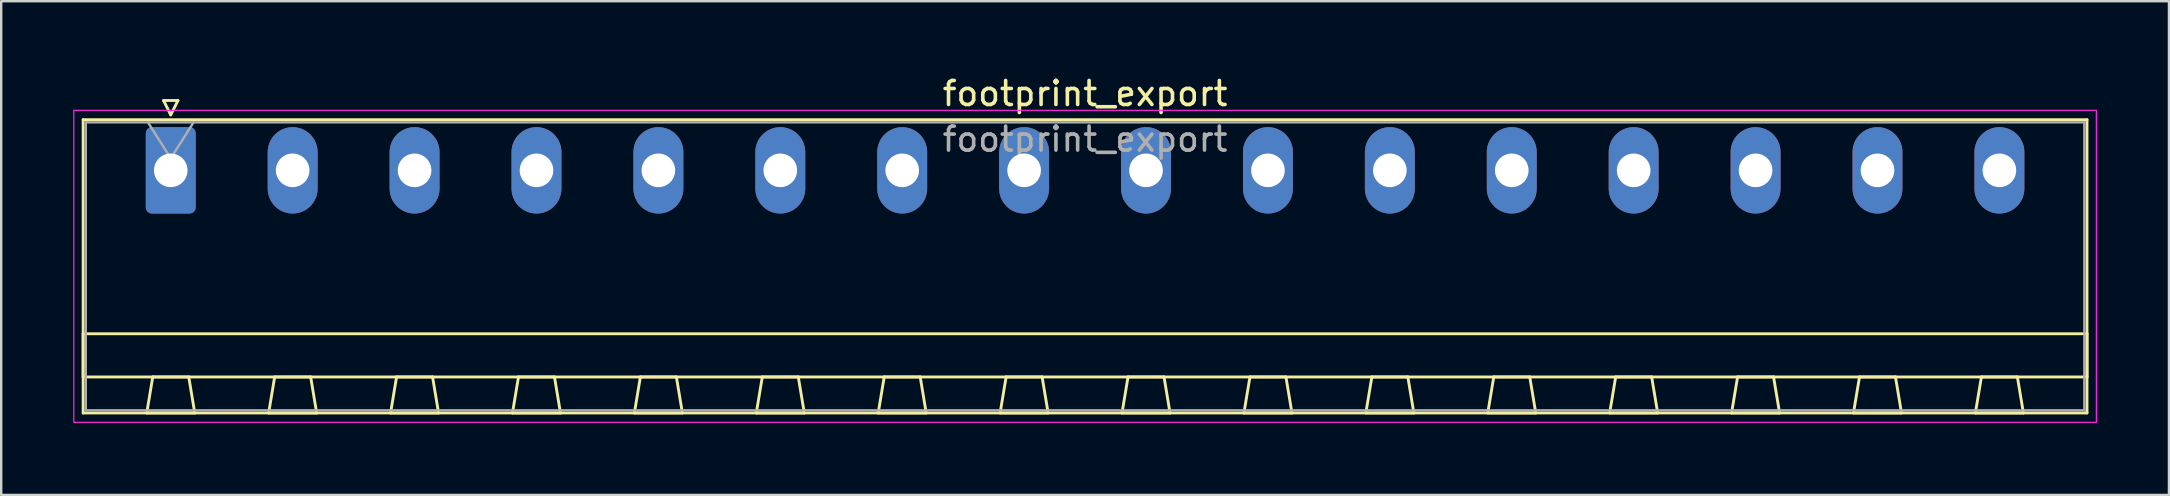
<source format=kicad_pcb>
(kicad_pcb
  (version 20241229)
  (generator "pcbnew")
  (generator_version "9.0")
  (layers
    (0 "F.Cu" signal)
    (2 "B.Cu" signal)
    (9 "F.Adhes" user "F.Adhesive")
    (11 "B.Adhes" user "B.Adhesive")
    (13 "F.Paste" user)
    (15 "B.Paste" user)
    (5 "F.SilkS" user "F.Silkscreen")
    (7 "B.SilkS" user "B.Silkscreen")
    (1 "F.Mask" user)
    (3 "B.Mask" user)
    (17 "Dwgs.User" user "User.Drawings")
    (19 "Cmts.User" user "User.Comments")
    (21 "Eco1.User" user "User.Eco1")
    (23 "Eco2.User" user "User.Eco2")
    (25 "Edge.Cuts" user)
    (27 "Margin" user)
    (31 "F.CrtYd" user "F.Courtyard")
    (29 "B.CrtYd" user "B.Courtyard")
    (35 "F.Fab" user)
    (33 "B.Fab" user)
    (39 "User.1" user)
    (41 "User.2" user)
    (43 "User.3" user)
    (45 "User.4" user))
  (footprint "footprint_export"
    (layer "F.Cu")
    (at 4.065 4.048)
    (property "Reference" "footprint_export" (at 38.1 -3.2 0) (layer "F.SilkS") (effects (font (size 1 1) (thickness 0.15))))
    (attr through_hole)
    (fp_line (start -3.65 -2.11) (end -3.65 10.11) (stroke (width 0.12) (type solid)) (layer "F.SilkS"))
    (fp_line (start -3.65 6.81) (end 79.85 6.81) (stroke (width 0.12) (type solid)) (layer "F.SilkS"))
    (fp_line (start -3.65 8.61) (end -3.65 6.81) (stroke (width 0.12) (type solid)) (layer "F.SilkS"))
    (fp_line (start -3.65 10.11) (end 79.85 10.11) (stroke (width 0.12) (type solid)) (layer "F.SilkS"))
    (fp_line (start -1 10.11) (end 1 10.11) (stroke (width 0.12) (type solid)) (layer "F.SilkS"))
    (fp_line (start -0.75 8.61) (end -1 10.11) (stroke (width 0.12) (type solid)) (layer "F.SilkS"))
    (fp_line (start -0.3 -2.91) (end 0.3 -2.91) (stroke (width 0.12) (type solid)) (layer "F.SilkS"))
    (fp_line (start 0 -2.31) (end -0.3 -2.91) (stroke (width 0.12) (type solid)) (layer "F.SilkS"))
    (fp_line (start 0.3 -2.91) (end 0 -2.31) (stroke (width 0.12) (type solid)) (layer "F.SilkS"))
    (fp_line (start 0.75 8.61) (end -0.75 8.61) (stroke (width 0.12) (type solid)) (layer "F.SilkS"))
    (fp_line (start 1 10.11) (end 0.75 8.61) (stroke (width 0.12) (type solid)) (layer "F.SilkS"))
    (fp_line (start 4.08 10.11) (end 6.08 10.11) (stroke (width 0.12) (type solid)) (layer "F.SilkS"))
    (fp_line (start 4.33 8.61) (end 4.08 10.11) (stroke (width 0.12) (type solid)) (layer "F.SilkS"))
    (fp_line (start 5.83 8.61) (end 4.33 8.61) (stroke (width 0.12) (type solid)) (layer "F.SilkS"))
    (fp_line (start 6.08 10.11) (end 5.83 8.61) (stroke (width 0.12) (type solid)) (layer "F.SilkS"))
    (fp_line (start 9.16 10.11) (end 11.16 10.11) (stroke (width 0.12) (type solid)) (layer "F.SilkS"))
    (fp_line (start 9.41 8.61) (end 9.16 10.11) (stroke (width 0.12) (type solid)) (layer "F.SilkS"))
    (fp_line (start 10.91 8.61) (end 9.41 8.61) (stroke (width 0.12) (type solid)) (layer "F.SilkS"))
    (fp_line (start 11.16 10.11) (end 10.91 8.61) (stroke (width 0.12) (type solid)) (layer "F.SilkS"))
    (fp_line (start 14.24 10.11) (end 16.24 10.11) (stroke (width 0.12) (type solid)) (layer "F.SilkS"))
    (fp_line (start 14.49 8.61) (end 14.24 10.11) (stroke (width 0.12) (type solid)) (layer "F.SilkS"))
    (fp_line (start 15.99 8.61) (end 14.49 8.61) (stroke (width 0.12) (type solid)) (layer "F.SilkS"))
    (fp_line (start 16.24 10.11) (end 15.99 8.61) (stroke (width 0.12) (type solid)) (layer "F.SilkS"))
    (fp_line (start 19.32 10.11) (end 21.32 10.11) (stroke (width 0.12) (type solid)) (layer "F.SilkS"))
    (fp_line (start 19.57 8.61) (end 19.32 10.11) (stroke (width 0.12) (type solid)) (layer "F.SilkS"))
    (fp_line (start 21.07 8.61) (end 19.57 8.61) (stroke (width 0.12) (type solid)) (layer "F.SilkS"))
    (fp_line (start 21.32 10.11) (end 21.07 8.61) (stroke (width 0.12) (type solid)) (layer "F.SilkS"))
    (fp_line (start 24.4 10.11) (end 26.4 10.11) (stroke (width 0.12) (type solid)) (layer "F.SilkS"))
    (fp_line (start 24.65 8.61) (end 24.4 10.11) (stroke (width 0.12) (type solid)) (layer "F.SilkS"))
    (fp_line (start 26.15 8.61) (end 24.65 8.61) (stroke (width 0.12) (type solid)) (layer "F.SilkS"))
    (fp_line (start 26.4 10.11) (end 26.15 8.61) (stroke (width 0.12) (type solid)) (layer "F.SilkS"))
    (fp_line (start 29.48 10.11) (end 31.48 10.11) (stroke (width 0.12) (type solid)) (layer "F.SilkS"))
    (fp_line (start 29.73 8.61) (end 29.48 10.11) (stroke (width 0.12) (type solid)) (layer "F.SilkS"))
    (fp_line (start 31.23 8.61) (end 29.73 8.61) (stroke (width 0.12) (type solid)) (layer "F.SilkS"))
    (fp_line (start 31.48 10.11) (end 31.23 8.61) (stroke (width 0.12) (type solid)) (layer "F.SilkS"))
    (fp_line (start 34.56 10.11) (end 36.56 10.11) (stroke (width 0.12) (type solid)) (layer "F.SilkS"))
    (fp_line (start 34.81 8.61) (end 34.56 10.11) (stroke (width 0.12) (type solid)) (layer "F.SilkS"))
    (fp_line (start 36.31 8.61) (end 34.81 8.61) (stroke (width 0.12) (type solid)) (layer "F.SilkS"))
    (fp_line (start 36.56 10.11) (end 36.31 8.61) (stroke (width 0.12) (type solid)) (layer "F.SilkS"))
    (fp_line (start 39.64 10.11) (end 41.64 10.11) (stroke (width 0.12) (type solid)) (layer "F.SilkS"))
    (fp_line (start 39.89 8.61) (end 39.64 10.11) (stroke (width 0.12) (type solid)) (layer "F.SilkS"))
    (fp_line (start 41.39 8.61) (end 39.89 8.61) (stroke (width 0.12) (type solid)) (layer "F.SilkS"))
    (fp_line (start 41.64 10.11) (end 41.39 8.61) (stroke (width 0.12) (type solid)) (layer "F.SilkS"))
    (fp_line (start 44.72 10.11) (end 46.72 10.11) (stroke (width 0.12) (type solid)) (layer "F.SilkS"))
    (fp_line (start 44.97 8.61) (end 44.72 10.11) (stroke (width 0.12) (type solid)) (layer "F.SilkS"))
    (fp_line (start 46.47 8.61) (end 44.97 8.61) (stroke (width 0.12) (type solid)) (layer "F.SilkS"))
    (fp_line (start 46.72 10.11) (end 46.47 8.61) (stroke (width 0.12) (type solid)) (layer "F.SilkS"))
    (fp_line (start 49.8 10.11) (end 51.8 10.11) (stroke (width 0.12) (type solid)) (layer "F.SilkS"))
    (fp_line (start 50.05 8.61) (end 49.8 10.11) (stroke (width 0.12) (type solid)) (layer "F.SilkS"))
    (fp_line (start 51.55 8.61) (end 50.05 8.61) (stroke (width 0.12) (type solid)) (layer "F.SilkS"))
    (fp_line (start 51.8 10.11) (end 51.55 8.61) (stroke (width 0.12) (type solid)) (layer "F.SilkS"))
    (fp_line (start 54.88 10.11) (end 56.88 10.11) (stroke (width 0.12) (type solid)) (layer "F.SilkS"))
    (fp_line (start 55.13 8.61) (end 54.88 10.11) (stroke (width 0.12) (type solid)) (layer "F.SilkS"))
    (fp_line (start 56.63 8.61) (end 55.13 8.61) (stroke (width 0.12) (type solid)) (layer "F.SilkS"))
    (fp_line (start 56.88 10.11) (end 56.63 8.61) (stroke (width 0.12) (type solid)) (layer "F.SilkS"))
    (fp_line (start 59.96 10.11) (end 61.96 10.11) (stroke (width 0.12) (type solid)) (layer "F.SilkS"))
    (fp_line (start 60.21 8.61) (end 59.96 10.11) (stroke (width 0.12) (type solid)) (layer "F.SilkS"))
    (fp_line (start 61.71 8.61) (end 60.21 8.61) (stroke (width 0.12) (type solid)) (layer "F.SilkS"))
    (fp_line (start 61.96 10.11) (end 61.71 8.61) (stroke (width 0.12) (type solid)) (layer "F.SilkS"))
    (fp_line (start 65.04 10.11) (end 67.04 10.11) (stroke (width 0.12) (type solid)) (layer "F.SilkS"))
    (fp_line (start 65.29 8.61) (end 65.04 10.11) (stroke (width 0.12) (type solid)) (layer "F.SilkS"))
    (fp_line (start 66.79 8.61) (end 65.29 8.61) (stroke (width 0.12) (type solid)) (layer "F.SilkS"))
    (fp_line (start 67.04 10.11) (end 66.79 8.61) (stroke (width 0.12) (type solid)) (layer "F.SilkS"))
    (fp_line (start 70.12 10.11) (end 72.12 10.11) (stroke (width 0.12) (type solid)) (layer "F.SilkS"))
    (fp_line (start 70.37 8.61) (end 70.12 10.11) (stroke (width 0.12) (type solid)) (layer "F.SilkS"))
    (fp_line (start 71.87 8.61) (end 70.37 8.61) (stroke (width 0.12) (type solid)) (layer "F.SilkS"))
    (fp_line (start 72.12 10.11) (end 71.87 8.61) (stroke (width 0.12) (type solid)) (layer "F.SilkS"))
    (fp_line (start 75.2 10.11) (end 77.2 10.11) (stroke (width 0.12) (type solid)) (layer "F.SilkS"))
    (fp_line (start 75.45 8.61) (end 75.2 10.11) (stroke (width 0.12) (type solid)) (layer "F.SilkS"))
    (fp_line (start 76.95 8.61) (end 75.45 8.61) (stroke (width 0.12) (type solid)) (layer "F.SilkS"))
    (fp_line (start 77.2 10.11) (end 76.95 8.61) (stroke (width 0.12) (type solid)) (layer "F.SilkS"))
    (fp_line (start 79.85 -2.11) (end -3.65 -2.11) (stroke (width 0.12) (type solid)) (layer "F.SilkS"))
    (fp_line (start 79.85 6.81) (end 79.85 8.61) (stroke (width 0.12) (type solid)) (layer "F.SilkS"))
    (fp_line (start 79.85 8.61) (end -3.65 8.61) (stroke (width 0.12) (type solid)) (layer "F.SilkS"))
    (fp_line (start 79.85 10.11) (end 79.85 -2.11) (stroke (width 0.12) (type solid)) (layer "F.SilkS"))
    (fp_line (start -4.04 -2.5) (end -4.04 10.5) (stroke (width 0.05) (type solid)) (layer "F.CrtYd"))
    (fp_line (start -4.04 10.5) (end 80.24 10.5) (stroke (width 0.05) (type solid)) (layer "F.CrtYd"))
    (fp_line (start 80.24 -2.5) (end -4.04 -2.5) (stroke (width 0.05) (type solid)) (layer "F.CrtYd"))
    (fp_line (start 80.24 10.5) (end 80.24 -2.5) (stroke (width 0.05) (type solid)) (layer "F.CrtYd"))
    (fp_line (start -3.54 -2) (end -3.54 10) (stroke (width 0.1) (type solid)) (layer "F.Fab"))
    (fp_line (start -3.54 10) (end 79.74 10) (stroke (width 0.1) (type solid)) (layer "F.Fab"))
    (fp_line (start 0 -0.5) (end -0.95 -2) (stroke (width 0.1) (type solid)) (layer "F.Fab"))
    (fp_line (start 0.95 -2) (end 0 -0.5) (stroke (width 0.1) (type solid)) (layer "F.Fab"))
    (fp_line (start 79.74 -2) (end -3.54 -2) (stroke (width 0.1) (type solid)) (layer "F.Fab"))
    (fp_line (start 79.74 10) (end 79.74 -2) (stroke (width 0.1) (type solid)) (layer "F.Fab"))
    (fp_text user "${REFERENCE}" (at 38.1 -1.3 0) (layer "F.Fab") (effects (font (size 1 1) (thickness 0.15))))
    (pad "1" thru_hole roundrect (at 0 0) (size 2.08 3.6) (drill 1.4) (layers "*.Cu" "*.Mask") (roundrect_rratio 0.12))
    (pad "2" thru_hole oval (at 5.08 0) (size 2.08 3.6) (drill 1.4) (layers "*.Cu" "*.Mask"))
    (pad "3" thru_hole oval (at 10.16 0) (size 2.08 3.6) (drill 1.4) (layers "*.Cu" "*.Mask"))
    (pad "4" thru_hole oval (at 15.24 0) (size 2.08 3.6) (drill 1.4) (layers "*.Cu" "*.Mask"))
    (pad "5" thru_hole oval (at 20.32 0) (size 2.08 3.6) (drill 1.4) (layers "*.Cu" "*.Mask"))
    (pad "6" thru_hole oval (at 25.4 0) (size 2.08 3.6) (drill 1.4) (layers "*.Cu" "*.Mask"))
    (pad "7" thru_hole oval (at 30.48 0) (size 2.08 3.6) (drill 1.4) (layers "*.Cu" "*.Mask"))
    (pad "8" thru_hole oval (at 35.56 0) (size 2.08 3.6) (drill 1.4) (layers "*.Cu" "*.Mask"))
    (pad "9" thru_hole oval (at 40.64 0) (size 2.08 3.6) (drill 1.4) (layers "*.Cu" "*.Mask"))
    (pad "10" thru_hole oval (at 45.72 0) (size 2.08 3.6) (drill 1.4) (layers "*.Cu" "*.Mask"))
    (pad "11" thru_hole oval (at 50.8 0) (size 2.08 3.6) (drill 1.4) (layers "*.Cu" "*.Mask"))
    (pad "12" thru_hole oval (at 55.88 0) (size 2.08 3.6) (drill 1.4) (layers "*.Cu" "*.Mask"))
    (pad "13" thru_hole oval (at 60.96 0) (size 2.08 3.6) (drill 1.4) (layers "*.Cu" "*.Mask"))
    (pad "14" thru_hole oval (at 66.04 0) (size 2.08 3.6) (drill 1.4) (layers "*.Cu" "*.Mask"))
    (pad "15" thru_hole oval (at 71.12 0) (size 2.08 3.6) (drill 1.4) (layers "*.Cu" "*.Mask"))
    (pad "16" thru_hole oval (at 76.2 0) (size 2.08 3.6) (drill 1.4) (layers "*.Cu" "*.Mask")))
  (gr_rect
    (start -3 -3)
    (end 87.33 17.573)
    (stroke (width 0.1) (type default))
    (fill no)
    (layer "Edge.Cuts")))
</source>
